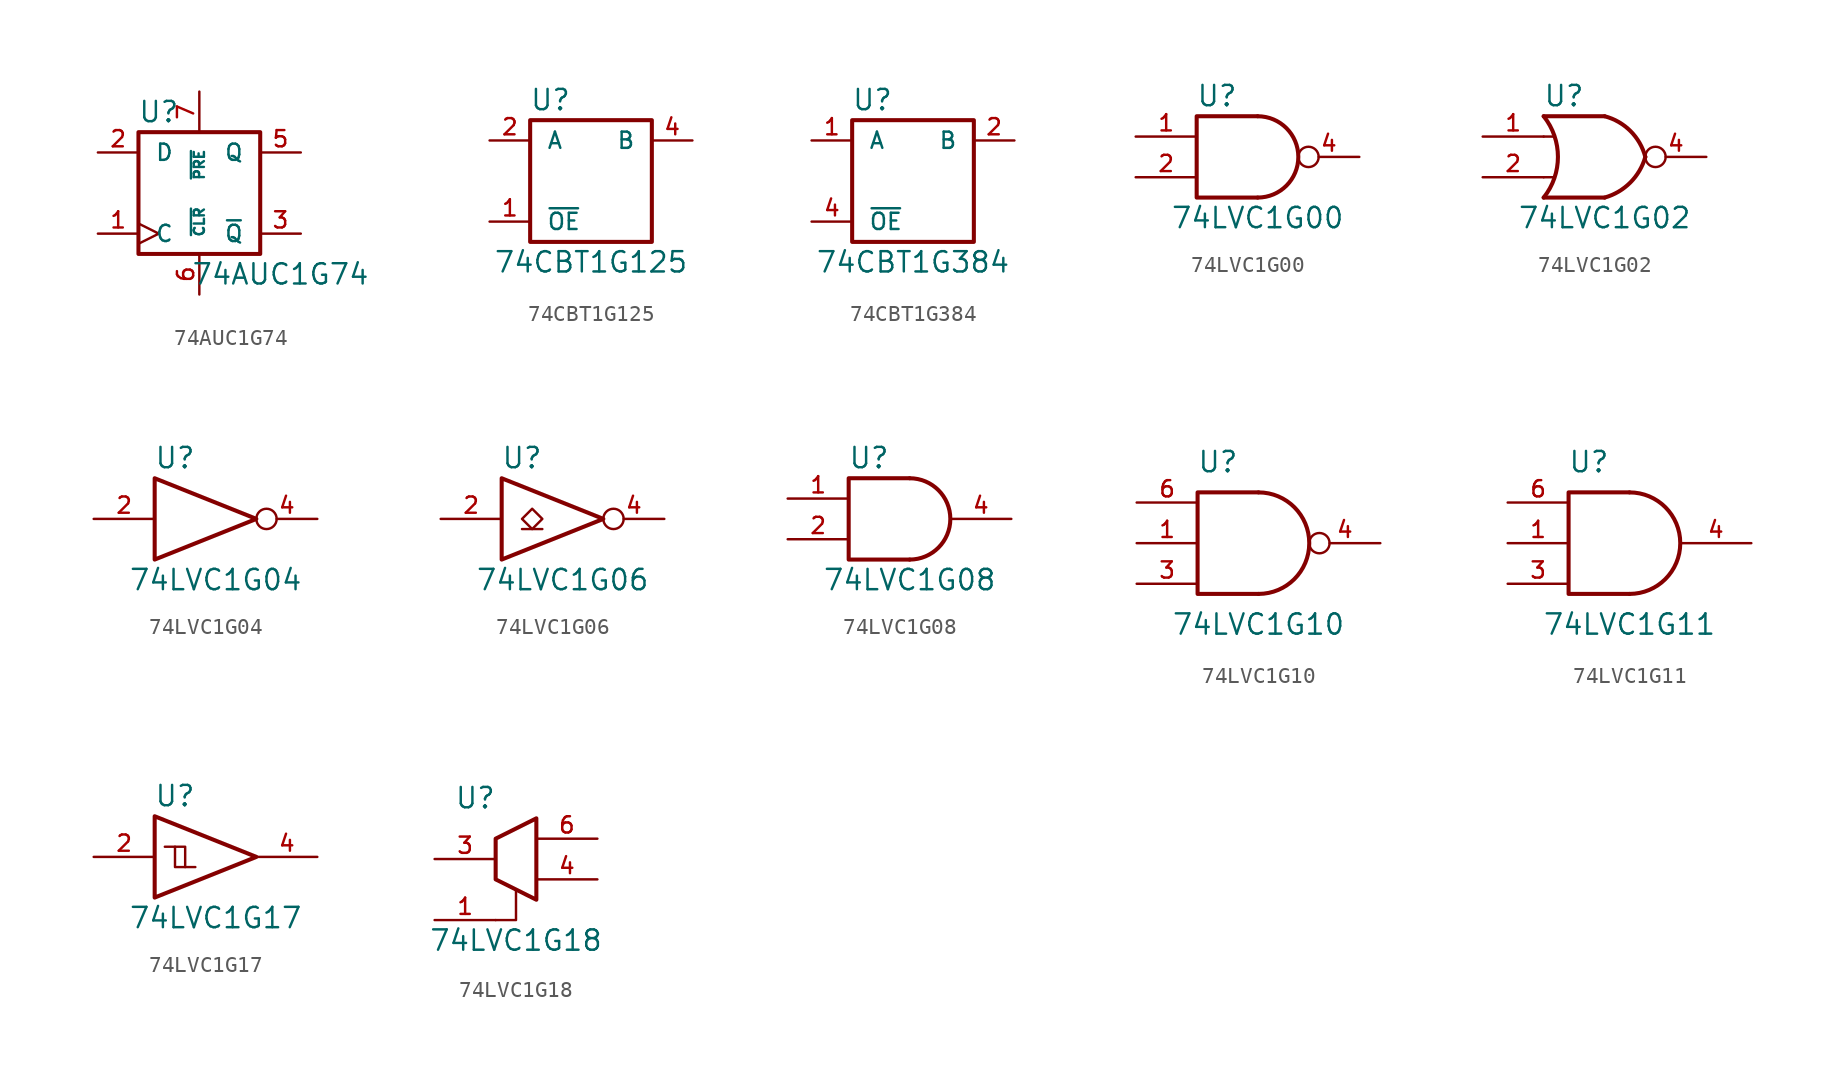
<source format=kicad_sym>
(kicad_symbol_lib
  (version 20211014)
  (generator kicad_symbol_editor)
  (symbol "74AUC1G74"
    (pin_names
      (offset 1.016))
    (property "Reference" "U"
      (at -2.54 5.08 0)
      (effects (font (size 1.27 1.27))))
    (property "Value" "74AUC1G74"
      (at 5.08 -5.08 0)
      (effects (font (size 1.27 1.27))))
    (symbol "74AUC1G74_0_1"
      (rectangle (start -3.81 3.81) (end 3.81 -3.81) (stroke (width 0.254) (type default) (color 0 0 0 0)) (fill (type none))))
    (symbol "74AUC1G74_1_1"
      (pin input clock (at -6.35 -2.54 0) (length 2.54) (name "C" (effects (font (size 1.016 1.016)))) (number "1" (effects (font (size 1.016 1.016)))))
      (pin input line (at -6.35 2.54 0) (length 2.54) (name "D" (effects (font (size 1.016 1.016)))) (number "2" (effects (font (size 1.016 1.016)))))
      (pin output line (at 6.35 -2.54 180) (length 2.54) (name "~{Q}" (effects (font (size 1.016 1.016)))) (number "3" (effects (font (size 1.016 1.016)))))
      (pin power_in line (at -3.81 -3.81 270) (length 0) hide (name "GND" (effects (font (size 1.016 1.016)))) (number "4" (effects (font (size 1.016 1.016)))))
      (pin output line (at 6.35 2.54 180) (length 2.54) (name "Q" (effects (font (size 1.016 1.016)))) (number "5" (effects (font (size 1.016 1.016)))))
      (pin input line (at 0 -6.35 90) (length 2.54) (name "~{CLR}" (effects (font (size 0.635 0.635)))) (number "6" (effects (font (size 1.016 1.016)))))
      (pin input line (at 0 6.35 270) (length 2.54) (name "~{PRE}" (effects (font (size 0.635 0.635)))) (number "7" (effects (font (size 1.016 1.016)))))
      (pin power_in line (at -3.81 3.81 90) (length 0) hide (name "VCC" (effects (font (size 1.016 1.016)))) (number "8" (effects (font (size 1.016 1.016)))))))
  (symbol "74CBT1G125"
    (pin_names
      (offset 1.016))
    (property "Reference" "U"
      (at -2.54 5.08 0)
      (effects (font (size 1.27 1.27))))
    (property "Value" "74CBT1G125"
      (at 0 -5.08 0)
      (effects (font (size 1.27 1.27))))
    (symbol "74CBT1G125_0_1"
      (rectangle (start -3.81 3.81) (end 3.81 -3.81) (stroke (width 0.254) (type default) (color 0 0 0 0)) (fill (type none))))
    (symbol "74CBT1G125_1_1"
      (pin input line (at -6.35 -2.54 0) (length 2.54) (name "~{OE}" (effects (font (size 1.016 1.016)))) (number "1" (effects (font (size 1.016 1.016)))))
      (pin input line (at -6.35 2.54 0) (length 2.54) (name "A" (effects (font (size 1.016 1.016)))) (number "2" (effects (font (size 1.016 1.016)))))
      (pin power_in line (at 0 -3.81 270) (length 0) hide (name "GND" (effects (font (size 1.016 1.016)))) (number "3" (effects (font (size 1.016 1.016)))))
      (pin tri_state line (at 6.35 2.54 180) (length 2.54) (name "B" (effects (font (size 1.016 1.016)))) (number "4" (effects (font (size 1.016 1.016)))))
      (pin power_in line (at 0 3.81 90) (length 0) hide (name "VCC" (effects (font (size 1.016 1.016)))) (number "5" (effects (font (size 1.016 1.016)))))))
  (symbol "74CBT1G384"
    (pin_names
      (offset 1.016))
    (property "Reference" "U"
      (at -2.54 5.08 0)
      (effects (font (size 1.27 1.27))))
    (property "Value" "74CBT1G384"
      (at 0 -5.08 0)
      (effects (font (size 1.27 1.27))))
    (symbol "74CBT1G384_0_1"
      (rectangle (start -3.81 3.81) (end 3.81 -3.81) (stroke (width 0.254) (type default) (color 0 0 0 0)) (fill (type none))))
    (symbol "74CBT1G384_1_1"
      (pin input line (at -6.35 2.54 0) (length 2.54) (name "A" (effects (font (size 1.016 1.016)))) (number "1" (effects (font (size 1.016 1.016)))))
      (pin tri_state line (at 6.35 2.54 180) (length 2.54) (name "B" (effects (font (size 1.016 1.016)))) (number "2" (effects (font (size 1.016 1.016)))))
      (pin power_in line (at 0 -3.81 270) (length 0) hide (name "GND" (effects (font (size 1.016 1.016)))) (number "3" (effects (font (size 1.016 1.016)))))
      (pin input line (at -6.35 -2.54 0) (length 2.54) (name "~{OE}" (effects (font (size 1.016 1.016)))) (number "4" (effects (font (size 1.016 1.016)))))
      (pin power_in line (at 0 3.81 90) (length 0) hide (name "VCC" (effects (font (size 1.016 1.016)))) (number "5" (effects (font (size 1.016 1.016)))))))
  (symbol "74LVC1G00"
    (pin_names
      (offset 1.016))
    (property "Reference" "U"
      (at -2.54 3.81 0)
      (effects (font (size 1.27 1.27))))
    (property "Value" "74LVC1G00"
      (at 0 -3.81 0)
      (effects (font (size 1.27 1.27))))
    (symbol "74LVC1G00_0_1"
      (arc (start 0 -2.54) (mid 2.54 0) (end 0 2.54) (stroke (width 0.254) (type default) (color 0 0 0 0)) (fill (type none)))
      (polyline (pts (xy 0 -2.54) (xy -3.81 -2.54) (xy -3.81 2.54) (xy 0 2.54)) (stroke (width 0.254) (type default) (color 0 0 0 0)) (fill (type none))))
    (symbol "74LVC1G00_1_1"
      (pin input line (at -7.62 1.27 0) (length 3.81) (name "~" (effects (font (size 1.016 1.016)))) (number "1" (effects (font (size 1.016 1.016)))))
      (pin input line (at -7.62 -1.27 0) (length 3.81) (name "~" (effects (font (size 1.016 1.016)))) (number "2" (effects (font (size 1.016 1.016)))))
      (pin power_in line (at 0 -2.54 270) (length 0) hide (name "GND" (effects (font (size 1.016 1.016)))) (number "3" (effects (font (size 1.016 1.016)))))
      (pin output inverted (at 6.35 0 180) (length 3.81) (name "~" (effects (font (size 1.016 1.016)))) (number "4" (effects (font (size 1.016 1.016)))))
      (pin power_in line (at 0 2.54 90) (length 0) hide (name "VCC" (effects (font (size 1.016 1.016)))) (number "5" (effects (font (size 1.016 1.016)))))))
  (symbol "74LVC1G02"
    (pin_names
      (offset 1.016))
    (property "Reference" "U"
      (at -2.54 3.81 0)
      (effects (font (size 1.27 1.27))))
    (property "Value" "74LVC1G02"
      (at 0 -3.81 0)
      (effects (font (size 1.27 1.27))))
    (symbol "74LVC1G02_0_1"
      (arc (start -3.81 -2.54) (mid -2.919 0) (end -3.81 2.54) (stroke (width 0.254) (type default) (color 0 0 0 0)) (fill (type none)))
      (arc (start 0 -2.54) (mid 1.5993 -1.6027) (end 2.54 0) (stroke (width 0.254) (type default) (color 0 0 0 0)) (fill (type none)))
      (polyline (pts (xy -3.81 -1.27) (xy -3.175 -1.27)) (stroke (width 0) (type default) (color 0 0 0 0)) (fill (type none)))
      (polyline (pts (xy -3.81 1.27) (xy -3.175 1.27)) (stroke (width 0) (type default) (color 0 0 0 0)) (fill (type none)))
      (polyline (pts (xy 0 -2.54) (xy -3.81 -2.54)) (stroke (width 0.254) (type default) (color 0 0 0 0)) (fill (type background)))
      (polyline (pts (xy 0 2.54) (xy -3.81 2.54)) (stroke (width 0.254) (type default) (color 0 0 0 0)) (fill (type background)))
      (arc (start 2.54 0) (mid 1.6119 1.6152) (end 0 2.54) (stroke (width 0.254) (type default) (color 0 0 0 0)) (fill (type none))))
    (symbol "74LVC1G02_1_1"
      (pin input line (at -7.62 1.27 0) (length 3.81) (name "~" (effects (font (size 1.016 1.016)))) (number "1" (effects (font (size 1.016 1.016)))))
      (pin input line (at -7.62 -1.27 0) (length 3.81) (name "~" (effects (font (size 1.016 1.016)))) (number "2" (effects (font (size 1.016 1.016)))))
      (pin power_in line (at 0 -2.54 270) (length 0) hide (name "GND" (effects (font (size 1.016 1.016)))) (number "3" (effects (font (size 1.016 1.016)))))
      (pin output inverted (at 6.35 0 180) (length 3.81) (name "~" (effects (font (size 1.016 1.016)))) (number "4" (effects (font (size 1.016 1.016)))))
      (pin power_in line (at 0 2.54 90) (length 0) hide (name "VCC" (effects (font (size 1.016 1.016)))) (number "5" (effects (font (size 1.016 1.016)))))))
  (symbol "74LVC1G04"
    (pin_names
      (offset 1.016))
    (property "Reference" "U"
      (at -2.54 3.81 0)
      (effects (font (size 1.27 1.27))))
    (property "Value" "74LVC1G04"
      (at 0 -3.81 0)
      (effects (font (size 1.27 1.27))))
    (symbol "74LVC1G04_0_1"
      (polyline (pts (xy -3.81 2.54) (xy -3.81 -2.54) (xy 2.54 0) (xy -3.81 2.54)) (stroke (width 0.254) (type default) (color 0 0 0 0)) (fill (type none))))
    (symbol "74LVC1G04_1_1"
      (pin input line (at -7.62 0 0) (length 3.81) (name "~" (effects (font (size 1.016 1.016)))) (number "2" (effects (font (size 1.016 1.016)))))
      (pin power_in line (at 0 -2.54 270) (length 0) hide (name "GND" (effects (font (size 1.016 1.016)))) (number "3" (effects (font (size 1.016 1.016)))))
      (pin output inverted (at 6.35 0 180) (length 3.81) (name "~" (effects (font (size 1.016 1.016)))) (number "4" (effects (font (size 1.016 1.016)))))
      (pin power_in line (at 0 2.54 90) (length 0) hide (name "VCC" (effects (font (size 1.016 1.016)))) (number "5" (effects (font (size 1.016 1.016)))))))
  (symbol "74LVC1G06"
    (pin_names
      (offset 1.016))
    (property "Reference" "U"
      (at -2.54 3.81 0)
      (effects (font (size 1.27 1.27))))
    (property "Value" "74LVC1G06"
      (at 0 -3.81 0)
      (effects (font (size 1.27 1.27))))
    (symbol "74LVC1G06_0_1"
      (polyline (pts (xy -2.54 -0.635) (xy -1.27 -0.635)) (stroke (width 0) (type default) (color 0 0 0 0)) (fill (type none)))
      (polyline (pts (xy -3.81 2.54) (xy -3.81 -2.54) (xy 2.54 0) (xy -3.81 2.54)) (stroke (width 0.254) (type default) (color 0 0 0 0)) (fill (type none)))
      (polyline (pts (xy -1.905 0.635) (xy -2.54 0) (xy -1.905 -0.635) (xy -1.27 0) (xy -1.905 0.635)) (stroke (width 0) (type default) (color 0 0 0 0)) (fill (type none))))
    (symbol "74LVC1G06_1_1"
      (pin input line (at -7.62 0 0) (length 3.81) (name "~" (effects (font (size 1.016 1.016)))) (number "2" (effects (font (size 1.016 1.016)))))
      (pin power_in line (at 0 -2.54 270) (length 0) hide (name "GND" (effects (font (size 1.016 1.016)))) (number "3" (effects (font (size 1.016 1.016)))))
      (pin open_collector inverted (at 6.35 0 180) (length 3.81) (name "~" (effects (font (size 1.016 1.016)))) (number "4" (effects (font (size 1.016 1.016)))))
      (pin power_in line (at 0 2.54 90) (length 0) hide (name "VCC" (effects (font (size 1.016 1.016)))) (number "5" (effects (font (size 1.016 1.016)))))))
  (symbol "74LVC1G08"
    (pin_names
      (offset 1.016))
    (property "Reference" "U"
      (at -2.54 3.81 0)
      (effects (font (size 1.27 1.27))))
    (property "Value" "74LVC1G08"
      (at 0 -3.81 0)
      (effects (font (size 1.27 1.27))))
    (symbol "74LVC1G08_0_1"
      (arc (start 0 -2.54) (mid 2.54 0) (end 0 2.54) (stroke (width 0.254) (type default) (color 0 0 0 0)) (fill (type none)))
      (polyline (pts (xy 0 -2.54) (xy -3.81 -2.54) (xy -3.81 2.54) (xy 0 2.54)) (stroke (width 0.254) (type default) (color 0 0 0 0)) (fill (type none))))
    (symbol "74LVC1G08_1_1"
      (pin input line (at -7.62 1.27 0) (length 3.81) (name "~" (effects (font (size 1.016 1.016)))) (number "1" (effects (font (size 1.016 1.016)))))
      (pin input line (at -7.62 -1.27 0) (length 3.81) (name "~" (effects (font (size 1.016 1.016)))) (number "2" (effects (font (size 1.016 1.016)))))
      (pin power_in line (at 0 -2.54 270) (length 0) hide (name "GND" (effects (font (size 1.016 1.016)))) (number "3" (effects (font (size 1.016 1.016)))))
      (pin output line (at 6.35 0 180) (length 3.81) (name "~" (effects (font (size 1.016 1.016)))) (number "4" (effects (font (size 1.016 1.016)))))
      (pin power_in line (at 0 2.54 90) (length 0) hide (name "VCC" (effects (font (size 1.016 1.016)))) (number "5" (effects (font (size 1.016 1.016)))))))
  (symbol "74LVC1G10"
    (pin_names
      (offset 1.016))
    (property "Reference" "U"
      (at -2.54 5.08 0)
      (effects (font (size 1.27 1.27))))
    (property "Value" "74LVC1G10"
      (at 0 -5.08 0)
      (effects (font (size 1.27 1.27))))
    (symbol "74LVC1G10_0_1"
      (arc (start 0 -3.175) (mid 3.175 0) (end 0 3.175) (stroke (width 0.254) (type default) (color 0 0 0 0)) (fill (type none)))
      (polyline (pts (xy 0 -3.175) (xy -3.81 -3.175) (xy -3.81 3.175) (xy 0 3.175)) (stroke (width 0.254) (type default) (color 0 0 0 0)) (fill (type none))))
    (symbol "74LVC1G10_1_1"
      (pin input line (at -7.62 0 0) (length 3.81) (name "~" (effects (font (size 1.016 1.016)))) (number "1" (effects (font (size 1.016 1.016)))))
      (pin power_in line (at 0 -3.175 270) (length 0) hide (name "GND" (effects (font (size 1.016 1.016)))) (number "2" (effects (font (size 1.016 1.016)))))
      (pin input line (at -7.62 -2.54 0) (length 3.81) (name "~" (effects (font (size 1.016 1.016)))) (number "3" (effects (font (size 1.016 1.016)))))
      (pin output inverted (at 7.62 0 180) (length 4.445) (name "~" (effects (font (size 1.016 1.016)))) (number "4" (effects (font (size 1.016 1.016)))))
      (pin power_in line (at 0 3.175 90) (length 0) hide (name "VCC" (effects (font (size 1.016 1.016)))) (number "5" (effects (font (size 1.016 1.016)))))
      (pin input line (at -7.62 2.54 0) (length 3.81) (name "~" (effects (font (size 1.016 1.016)))) (number "6" (effects (font (size 1.016 1.016)))))))
  (symbol "74LVC1G11"
    (pin_names
      (offset 1.016))
    (property "Reference" "U"
      (at -2.54 5.08 0)
      (effects (font (size 1.27 1.27))))
    (property "Value" "74LVC1G11"
      (at 0 -5.08 0)
      (effects (font (size 1.27 1.27))))
    (symbol "74LVC1G11_0_1"
      (arc (start 0 -3.175) (mid 3.175 0) (end 0 3.175) (stroke (width 0.254) (type default) (color 0 0 0 0)) (fill (type none)))
      (polyline (pts (xy 0 -3.175) (xy -3.81 -3.175) (xy -3.81 3.175) (xy 0 3.175)) (stroke (width 0.254) (type default) (color 0 0 0 0)) (fill (type none))))
    (symbol "74LVC1G11_1_1"
      (pin input line (at -7.62 0 0) (length 3.81) (name "~" (effects (font (size 1.016 1.016)))) (number "1" (effects (font (size 1.016 1.016)))))
      (pin power_in line (at 0 -3.175 270) (length 0) hide (name "GND" (effects (font (size 1.016 1.016)))) (number "2" (effects (font (size 1.016 1.016)))))
      (pin input line (at -7.62 -2.54 0) (length 3.81) (name "~" (effects (font (size 1.016 1.016)))) (number "3" (effects (font (size 1.016 1.016)))))
      (pin output line (at 7.62 0 180) (length 4.445) (name "~" (effects (font (size 1.016 1.016)))) (number "4" (effects (font (size 1.016 1.016)))))
      (pin power_in line (at 0 3.175 90) (length 0) hide (name "VCC" (effects (font (size 1.016 1.016)))) (number "5" (effects (font (size 1.016 1.016)))))
      (pin input line (at -7.62 2.54 0) (length 3.81) (name "~" (effects (font (size 1.016 1.016)))) (number "6" (effects (font (size 1.016 1.016)))))))
  (symbol "74LVC1G17"
    (pin_names
      (offset 1.016))
    (property "Reference" "U"
      (at -2.54 3.81 0)
      (effects (font (size 1.27 1.27))))
    (property "Value" "74LVC1G17"
      (at 0 -3.81 0)
      (effects (font (size 1.27 1.27))))
    (symbol "74LVC1G17_0_1"
      (polyline (pts (xy -2.54 0.635) (xy -1.905 0.635) (xy -1.905 -0.635)) (stroke (width 0) (type default) (color 0 0 0 0)) (fill (type none)))
      (polyline (pts (xy -3.81 2.54) (xy -3.81 -2.54) (xy 2.54 0) (xy -3.81 2.54)) (stroke (width 0.254) (type default) (color 0 0 0 0)) (fill (type none)))
      (polyline (pts (xy -3.175 0.635) (xy -2.54 0.635) (xy -2.54 -0.635) (xy -1.27 -0.635)) (stroke (width 0) (type default) (color 0 0 0 0)) (fill (type none))))
    (symbol "74LVC1G17_1_1"
      (pin input line (at -7.62 0 0) (length 3.81) (name "~" (effects (font (size 1.016 1.016)))) (number "2" (effects (font (size 1.016 1.016)))))
      (pin power_in line (at 0 -2.54 270) (length 0) hide (name "GND" (effects (font (size 1.016 1.016)))) (number "3" (effects (font (size 1.016 1.016)))))
      (pin output line (at 6.35 0 180) (length 3.81) (name "~" (effects (font (size 1.016 1.016)))) (number "4" (effects (font (size 1.016 1.016)))))
      (pin power_in line (at 0 2.54 90) (length 0) hide (name "VCC" (effects (font (size 1.016 1.016)))) (number "5" (effects (font (size 1.016 1.016)))))))
  (symbol "74LVC1G18"
    (pin_names
      (offset 1.016))
    (property "Reference" "U"
      (at -2.54 3.81 0)
      (effects (font (size 1.27 1.27))))
    (property "Value" "74LVC1G18"
      (at 0 -5.08 0)
      (effects (font (size 1.27 1.27))))
    (symbol "74LVC1G18_0_1"
      (polyline (pts (xy -1.27 -3.81) (xy 0 -3.81) (xy 0 -1.905)) (stroke (width 0) (type default) (color 0 0 0 0)) (fill (type none)))
      (polyline (pts (xy -1.27 1.27) (xy -1.27 -1.27) (xy 1.27 -2.54) (xy 1.27 -0.635) (xy 1.27 0) (xy 1.27 0.635) (xy 1.27 2.54) (xy -1.27 1.27)) (stroke (width 0.254) (type default) (color 0 0 0 0)) (fill (type none))))
    (symbol "74LVC1G18_1_1"
      (pin input line (at -5.08 -3.81 0) (length 3.81) (name "~" (effects (font (size 1.016 1.016)))) (number "1" (effects (font (size 1.016 1.016)))))
      (pin power_in line (at 1.27 -2.54 270) (length 0) hide (name "GND" (effects (font (size 1.016 1.016)))) (number "2" (effects (font (size 1.016 1.016)))))
      (pin input line (at -5.08 0 0) (length 3.81) (name "~" (effects (font (size 1.016 1.016)))) (number "3" (effects (font (size 1.016 1.016)))))
      (pin tri_state line (at 5.08 -1.27 180) (length 3.81) (name "~" (effects (font (size 1.016 1.016)))) (number "4" (effects (font (size 1.016 1.016)))))
      (pin power_in line (at 1.27 2.54 90) (length 0) hide (name "VCC" (effects (font (size 1.016 1.016)))) (number "5" (effects (font (size 1.016 1.016)))))
      (pin tri_state line (at 5.08 1.27 180) (length 3.81) (name "~" (effects (font (size 1.016 1.016)))) (number "6" (effects (font (size 1.016 1.016))))))))
</source>
